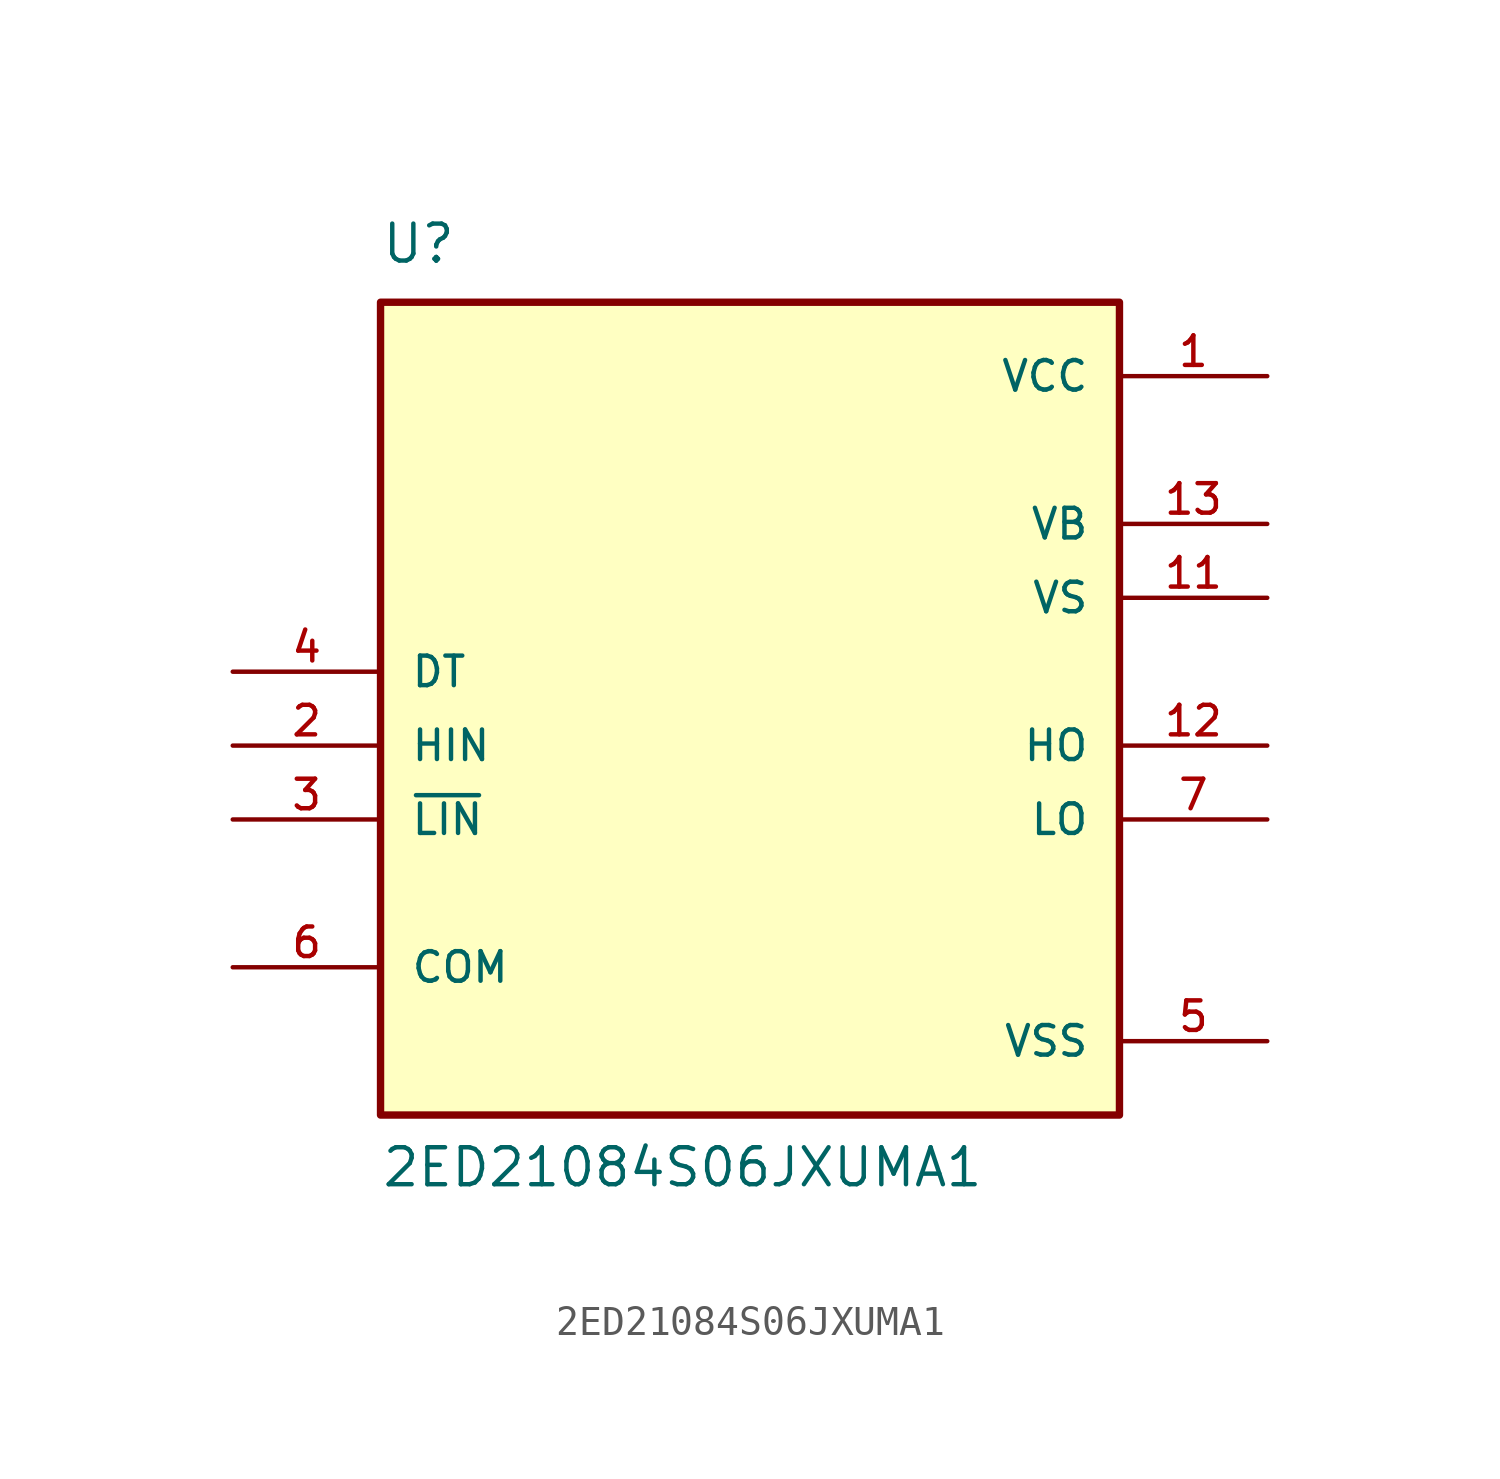
<source format=kicad_sym>
(kicad_symbol_lib
  (version 20211014)
  (generator kicad_symbol_editor)
  (symbol "2ED21084S06JXUMA1"
    (pin_names
      (offset 1.016))
    (property "Reference" "U"
      (at -12.7 13.97 0)
      (effects (font (size 1.27 1.27)) (justify bottom left)))
    (property "Value" "2ED21084S06JXUMA1"
      (at -12.7 -17.78 0)
      (effects (font (size 1.27 1.27)) (justify bottom left)))
    (symbol "2ED21084S06JXUMA1_0_0"
      (rectangle (start -12.7 -15.24) (end 12.7 12.7) (stroke (width 0.254)) (fill (type background)))
      (pin power_in line (at 17.78 10.16 180.0) (length 5.08) (name "VCC" (effects (font (size 1.016 1.016)))) (number "1" (effects (font (size 1.016 1.016)))))
      (pin input line (at -17.78 -2.54 0) (length 5.08) (name "HIN" (effects (font (size 1.016 1.016)))) (number "2" (effects (font (size 1.016 1.016)))))
      (pin input line (at -17.78 -5.08 0) (length 5.08) (name "~{LIN}" (effects (font (size 1.016 1.016)))) (number "3" (effects (font (size 1.016 1.016)))))
      (pin output line (at 17.78 -5.08 180.0) (length 5.08) (name "LO" (effects (font (size 1.016 1.016)))) (number "7" (effects (font (size 1.016 1.016)))))
      (pin output line (at 17.78 -2.54 180.0) (length 5.08) (name "HO" (effects (font (size 1.016 1.016)))) (number "12" (effects (font (size 1.016 1.016)))))
      (pin power_in line (at 17.78 5.08 180.0) (length 5.08) (name "VB" (effects (font (size 1.016 1.016)))) (number "13" (effects (font (size 1.016 1.016)))))
      (pin passive line (at -17.78 -10.16 0) (length 5.08) (name "COM" (effects (font (size 1.016 1.016)))) (number "6" (effects (font (size 1.016 1.016)))))
      (pin power_in line (at 17.78 2.54 180.0) (length 5.08) (name "VS" (effects (font (size 1.016 1.016)))) (number "11" (effects (font (size 1.016 1.016)))))
      (pin power_in line (at 17.78 -12.7 180.0) (length 5.08) (name "VSS" (effects (font (size 1.016 1.016)))) (number "5" (effects (font (size 1.016 1.016)))))
      (pin input line (at -17.78 0.0 0) (length 5.08) (name "DT" (effects (font (size 1.016 1.016)))) (number "4" (effects (font (size 1.016 1.016))))))))
</source>
